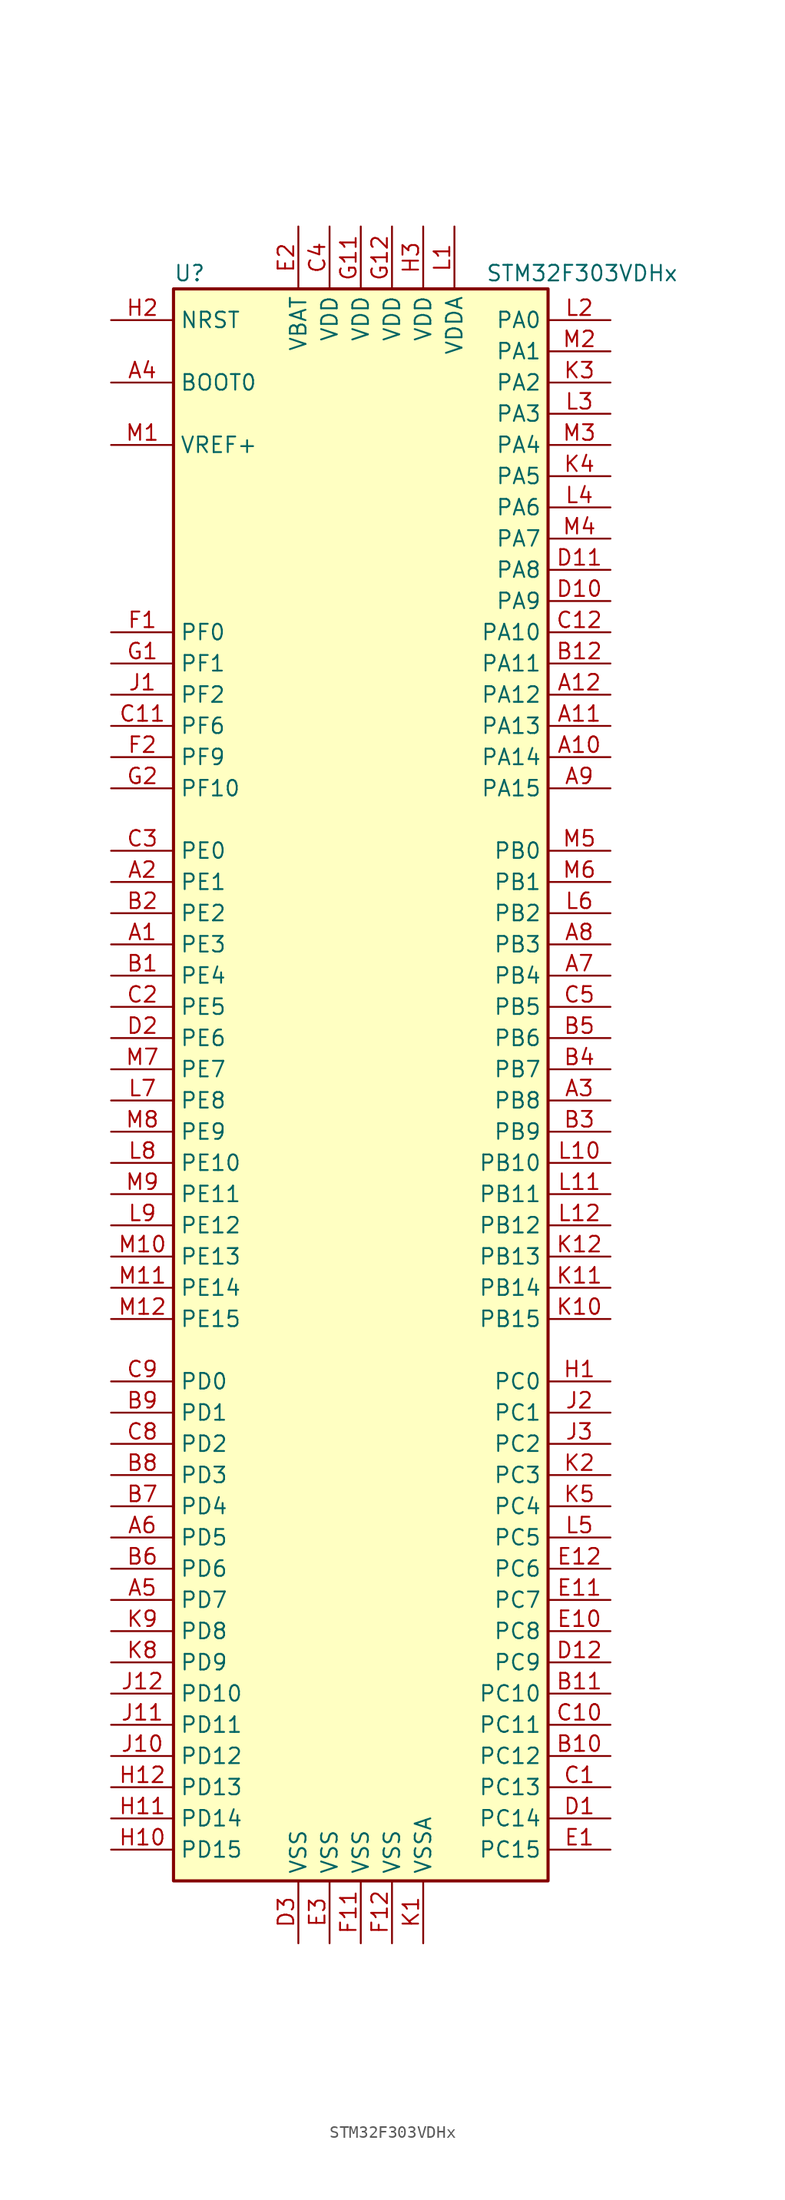
<source format=kicad_sym>
(kicad_symbol_lib
  (version 20201005)
  (generator kicad_symbol_editor)
  (symbol "STM32F303VDHx"
    (property "Reference" "U"
      (at -15.24 64.77 0)
      (effects (font (size 1.27 1.27)) (justify left)))
    (property "Value" "STM32F303VDHx"
      (at 10.16 64.77 0)
      (effects (font (size 1.27 1.27)) (justify left)))
    (symbol "STM32F303VDHx_0_1"
      (rectangle (start -15.24 -66.04) (end 15.24 63.5) (stroke (width 0.254)) (fill (type background))))
    (symbol "STM32F303VDHx_1_1"
      (pin bidirectional line (at -20.32 10.16 0) (length 5.08) (name "PE3" (effects (font (size 1.27 1.27)))) (number "A1" (effects (font (size 1.27 1.27)))))
      (pin bidirectional line (at 20.32 25.4 180) (length 5.08) (name "PA14" (effects (font (size 1.27 1.27)))) (number "A10" (effects (font (size 1.27 1.27)))))
      (pin bidirectional line (at 20.32 27.94 180) (length 5.08) (name "PA13" (effects (font (size 1.27 1.27)))) (number "A11" (effects (font (size 1.27 1.27)))))
      (pin bidirectional line (at 20.32 30.48 180) (length 5.08) (name "PA12" (effects (font (size 1.27 1.27)))) (number "A12" (effects (font (size 1.27 1.27)))))
      (pin bidirectional line (at -20.32 15.24 0) (length 5.08) (name "PE1" (effects (font (size 1.27 1.27)))) (number "A2" (effects (font (size 1.27 1.27)))))
      (pin bidirectional line (at 20.32 -2.54 180) (length 5.08) (name "PB8" (effects (font (size 1.27 1.27)))) (number "A3" (effects (font (size 1.27 1.27)))))
      (pin input line (at -20.32 55.88 0) (length 5.08) (name "BOOT0" (effects (font (size 1.27 1.27)))) (number "A4" (effects (font (size 1.27 1.27)))))
      (pin bidirectional line (at -20.32 -43.18 0) (length 5.08) (name "PD7" (effects (font (size 1.27 1.27)))) (number "A5" (effects (font (size 1.27 1.27)))))
      (pin bidirectional line (at -20.32 -38.1 0) (length 5.08) (name "PD5" (effects (font (size 1.27 1.27)))) (number "A6" (effects (font (size 1.27 1.27)))))
      (pin bidirectional line (at 20.32 7.62 180) (length 5.08) (name "PB4" (effects (font (size 1.27 1.27)))) (number "A7" (effects (font (size 1.27 1.27)))))
      (pin bidirectional line (at 20.32 10.16 180) (length 5.08) (name "PB3" (effects (font (size 1.27 1.27)))) (number "A8" (effects (font (size 1.27 1.27)))))
      (pin bidirectional line (at 20.32 22.86 180) (length 5.08) (name "PA15" (effects (font (size 1.27 1.27)))) (number "A9" (effects (font (size 1.27 1.27)))))
      (pin bidirectional line (at -20.32 7.62 0) (length 5.08) (name "PE4" (effects (font (size 1.27 1.27)))) (number "B1" (effects (font (size 1.27 1.27)))))
      (pin bidirectional line (at 20.32 -55.88 180) (length 5.08) (name "PC12" (effects (font (size 1.27 1.27)))) (number "B10" (effects (font (size 1.27 1.27)))))
      (pin bidirectional line (at 20.32 -50.8 180) (length 5.08) (name "PC10" (effects (font (size 1.27 1.27)))) (number "B11" (effects (font (size 1.27 1.27)))))
      (pin bidirectional line (at 20.32 33.02 180) (length 5.08) (name "PA11" (effects (font (size 1.27 1.27)))) (number "B12" (effects (font (size 1.27 1.27)))))
      (pin bidirectional line (at -20.32 12.7 0) (length 5.08) (name "PE2" (effects (font (size 1.27 1.27)))) (number "B2" (effects (font (size 1.27 1.27)))))
      (pin bidirectional line (at 20.32 -5.08 180) (length 5.08) (name "PB9" (effects (font (size 1.27 1.27)))) (number "B3" (effects (font (size 1.27 1.27)))))
      (pin bidirectional line (at 20.32 0 180) (length 5.08) (name "PB7" (effects (font (size 1.27 1.27)))) (number "B4" (effects (font (size 1.27 1.27)))))
      (pin bidirectional line (at 20.32 2.54 180) (length 5.08) (name "PB6" (effects (font (size 1.27 1.27)))) (number "B5" (effects (font (size 1.27 1.27)))))
      (pin bidirectional line (at -20.32 -40.64 0) (length 5.08) (name "PD6" (effects (font (size 1.27 1.27)))) (number "B6" (effects (font (size 1.27 1.27)))))
      (pin bidirectional line (at -20.32 -35.56 0) (length 5.08) (name "PD4" (effects (font (size 1.27 1.27)))) (number "B7" (effects (font (size 1.27 1.27)))))
      (pin bidirectional line (at -20.32 -33.02 0) (length 5.08) (name "PD3" (effects (font (size 1.27 1.27)))) (number "B8" (effects (font (size 1.27 1.27)))))
      (pin bidirectional line (at -20.32 -27.94 0) (length 5.08) (name "PD1" (effects (font (size 1.27 1.27)))) (number "B9" (effects (font (size 1.27 1.27)))))
      (pin bidirectional line (at 20.32 -58.42 180) (length 5.08) (name "PC13" (effects (font (size 1.27 1.27)))) (number "C1" (effects (font (size 1.27 1.27)))))
      (pin bidirectional line (at 20.32 -53.34 180) (length 5.08) (name "PC11" (effects (font (size 1.27 1.27)))) (number "C10" (effects (font (size 1.27 1.27)))))
      (pin bidirectional line (at -20.32 27.94 0) (length 5.08) (name "PF6" (effects (font (size 1.27 1.27)))) (number "C11" (effects (font (size 1.27 1.27)))))
      (pin bidirectional line (at 20.32 35.56 180) (length 5.08) (name "PA10" (effects (font (size 1.27 1.27)))) (number "C12" (effects (font (size 1.27 1.27)))))
      (pin bidirectional line (at -20.32 5.08 0) (length 5.08) (name "PE5" (effects (font (size 1.27 1.27)))) (number "C2" (effects (font (size 1.27 1.27)))))
      (pin bidirectional line (at -20.32 17.78 0) (length 5.08) (name "PE0" (effects (font (size 1.27 1.27)))) (number "C3" (effects (font (size 1.27 1.27)))))
      (pin power_in line (at -2.54 68.58 270) (length 5.08) (name "VDD" (effects (font (size 1.27 1.27)))) (number "C4" (effects (font (size 1.27 1.27)))))
      (pin bidirectional line (at 20.32 5.08 180) (length 5.08) (name "PB5" (effects (font (size 1.27 1.27)))) (number "C5" (effects (font (size 1.27 1.27)))))
      (pin bidirectional line (at -20.32 -30.48 0) (length 5.08) (name "PD2" (effects (font (size 1.27 1.27)))) (number "C8" (effects (font (size 1.27 1.27)))))
      (pin bidirectional line (at -20.32 -25.4 0) (length 5.08) (name "PD0" (effects (font (size 1.27 1.27)))) (number "C9" (effects (font (size 1.27 1.27)))))
      (pin bidirectional line (at 20.32 -60.96 180) (length 5.08) (name "PC14" (effects (font (size 1.27 1.27)))) (number "D1" (effects (font (size 1.27 1.27)))))
      (pin bidirectional line (at 20.32 38.1 180) (length 5.08) (name "PA9" (effects (font (size 1.27 1.27)))) (number "D10" (effects (font (size 1.27 1.27)))))
      (pin bidirectional line (at 20.32 40.64 180) (length 5.08) (name "PA8" (effects (font (size 1.27 1.27)))) (number "D11" (effects (font (size 1.27 1.27)))))
      (pin bidirectional line (at 20.32 -48.26 180) (length 5.08) (name "PC9" (effects (font (size 1.27 1.27)))) (number "D12" (effects (font (size 1.27 1.27)))))
      (pin bidirectional line (at -20.32 2.54 0) (length 5.08) (name "PE6" (effects (font (size 1.27 1.27)))) (number "D2" (effects (font (size 1.27 1.27)))))
      (pin power_in line (at -5.08 -71.12 90) (length 5.08) (name "VSS" (effects (font (size 1.27 1.27)))) (number "D3" (effects (font (size 1.27 1.27)))))
      (pin bidirectional line (at 20.32 -63.5 180) (length 5.08) (name "PC15" (effects (font (size 1.27 1.27)))) (number "E1" (effects (font (size 1.27 1.27)))))
      (pin bidirectional line (at 20.32 -45.72 180) (length 5.08) (name "PC8" (effects (font (size 1.27 1.27)))) (number "E10" (effects (font (size 1.27 1.27)))))
      (pin bidirectional line (at 20.32 -43.18 180) (length 5.08) (name "PC7" (effects (font (size 1.27 1.27)))) (number "E11" (effects (font (size 1.27 1.27)))))
      (pin bidirectional line (at 20.32 -40.64 180) (length 5.08) (name "PC6" (effects (font (size 1.27 1.27)))) (number "E12" (effects (font (size 1.27 1.27)))))
      (pin power_in line (at -5.08 68.58 270) (length 5.08) (name "VBAT" (effects (font (size 1.27 1.27)))) (number "E2" (effects (font (size 1.27 1.27)))))
      (pin power_in line (at -2.54 -71.12 90) (length 5.08) (name "VSS" (effects (font (size 1.27 1.27)))) (number "E3" (effects (font (size 1.27 1.27)))))
      (pin input line (at -20.32 35.56 0) (length 5.08) (name "PF0" (effects (font (size 1.27 1.27)))) (number "F1" (effects (font (size 1.27 1.27)))))
      (pin power_in line (at 0 -71.12 90) (length 5.08) (name "VSS" (effects (font (size 1.27 1.27)))) (number "F11" (effects (font (size 1.27 1.27)))))
      (pin power_in line (at 2.54 -71.12 90) (length 5.08) (name "VSS" (effects (font (size 1.27 1.27)))) (number "F12" (effects (font (size 1.27 1.27)))))
      (pin bidirectional line (at -20.32 25.4 0) (length 5.08) (name "PF9" (effects (font (size 1.27 1.27)))) (number "F2" (effects (font (size 1.27 1.27)))))
      (pin input line (at -20.32 33.02 0) (length 5.08) (name "PF1" (effects (font (size 1.27 1.27)))) (number "G1" (effects (font (size 1.27 1.27)))))
      (pin power_in line (at 0 68.58 270) (length 5.08) (name "VDD" (effects (font (size 1.27 1.27)))) (number "G11" (effects (font (size 1.27 1.27)))))
      (pin power_in line (at 2.54 68.58 270) (length 5.08) (name "VDD" (effects (font (size 1.27 1.27)))) (number "G12" (effects (font (size 1.27 1.27)))))
      (pin bidirectional line (at -20.32 22.86 0) (length 5.08) (name "PF10" (effects (font (size 1.27 1.27)))) (number "G2" (effects (font (size 1.27 1.27)))))
      (pin bidirectional line (at 20.32 -25.4 180) (length 5.08) (name "PC0" (effects (font (size 1.27 1.27)))) (number "H1" (effects (font (size 1.27 1.27)))))
      (pin bidirectional line (at -20.32 -63.5 0) (length 5.08) (name "PD15" (effects (font (size 1.27 1.27)))) (number "H10" (effects (font (size 1.27 1.27)))))
      (pin bidirectional line (at -20.32 -60.96 0) (length 5.08) (name "PD14" (effects (font (size 1.27 1.27)))) (number "H11" (effects (font (size 1.27 1.27)))))
      (pin bidirectional line (at -20.32 -58.42 0) (length 5.08) (name "PD13" (effects (font (size 1.27 1.27)))) (number "H12" (effects (font (size 1.27 1.27)))))
      (pin input line (at -20.32 60.96 0) (length 5.08) (name "NRST" (effects (font (size 1.27 1.27)))) (number "H2" (effects (font (size 1.27 1.27)))))
      (pin power_in line (at 5.08 68.58 270) (length 5.08) (name "VDD" (effects (font (size 1.27 1.27)))) (number "H3" (effects (font (size 1.27 1.27)))))
      (pin bidirectional line (at -20.32 30.48 0) (length 5.08) (name "PF2" (effects (font (size 1.27 1.27)))) (number "J1" (effects (font (size 1.27 1.27)))))
      (pin bidirectional line (at -20.32 -55.88 0) (length 5.08) (name "PD12" (effects (font (size 1.27 1.27)))) (number "J10" (effects (font (size 1.27 1.27)))))
      (pin bidirectional line (at -20.32 -53.34 0) (length 5.08) (name "PD11" (effects (font (size 1.27 1.27)))) (number "J11" (effects (font (size 1.27 1.27)))))
      (pin bidirectional line (at -20.32 -50.8 0) (length 5.08) (name "PD10" (effects (font (size 1.27 1.27)))) (number "J12" (effects (font (size 1.27 1.27)))))
      (pin bidirectional line (at 20.32 -27.94 180) (length 5.08) (name "PC1" (effects (font (size 1.27 1.27)))) (number "J2" (effects (font (size 1.27 1.27)))))
      (pin bidirectional line (at 20.32 -30.48 180) (length 5.08) (name "PC2" (effects (font (size 1.27 1.27)))) (number "J3" (effects (font (size 1.27 1.27)))))
      (pin power_in line (at 5.08 -71.12 90) (length 5.08) (name "VSSA" (effects (font (size 1.27 1.27)))) (number "K1" (effects (font (size 1.27 1.27)))))
      (pin bidirectional line (at 20.32 -20.32 180) (length 5.08) (name "PB15" (effects (font (size 1.27 1.27)))) (number "K10" (effects (font (size 1.27 1.27)))))
      (pin bidirectional line (at 20.32 -17.78 180) (length 5.08) (name "PB14" (effects (font (size 1.27 1.27)))) (number "K11" (effects (font (size 1.27 1.27)))))
      (pin bidirectional line (at 20.32 -15.24 180) (length 5.08) (name "PB13" (effects (font (size 1.27 1.27)))) (number "K12" (effects (font (size 1.27 1.27)))))
      (pin bidirectional line (at 20.32 -33.02 180) (length 5.08) (name "PC3" (effects (font (size 1.27 1.27)))) (number "K2" (effects (font (size 1.27 1.27)))))
      (pin bidirectional line (at 20.32 55.88 180) (length 5.08) (name "PA2" (effects (font (size 1.27 1.27)))) (number "K3" (effects (font (size 1.27 1.27)))))
      (pin bidirectional line (at 20.32 48.26 180) (length 5.08) (name "PA5" (effects (font (size 1.27 1.27)))) (number "K4" (effects (font (size 1.27 1.27)))))
      (pin bidirectional line (at 20.32 -35.56 180) (length 5.08) (name "PC4" (effects (font (size 1.27 1.27)))) (number "K5" (effects (font (size 1.27 1.27)))))
      (pin bidirectional line (at -20.32 -48.26 0) (length 5.08) (name "PD9" (effects (font (size 1.27 1.27)))) (number "K8" (effects (font (size 1.27 1.27)))))
      (pin bidirectional line (at -20.32 -45.72 0) (length 5.08) (name "PD8" (effects (font (size 1.27 1.27)))) (number "K9" (effects (font (size 1.27 1.27)))))
      (pin power_in line (at 7.62 68.58 270) (length 5.08) (name "VDDA" (effects (font (size 1.27 1.27)))) (number "L1" (effects (font (size 1.27 1.27)))))
      (pin bidirectional line (at 20.32 -7.62 180) (length 5.08) (name "PB10" (effects (font (size 1.27 1.27)))) (number "L10" (effects (font (size 1.27 1.27)))))
      (pin bidirectional line (at 20.32 -10.16 180) (length 5.08) (name "PB11" (effects (font (size 1.27 1.27)))) (number "L11" (effects (font (size 1.27 1.27)))))
      (pin bidirectional line (at 20.32 -12.7 180) (length 5.08) (name "PB12" (effects (font (size 1.27 1.27)))) (number "L12" (effects (font (size 1.27 1.27)))))
      (pin bidirectional line (at 20.32 60.96 180) (length 5.08) (name "PA0" (effects (font (size 1.27 1.27)))) (number "L2" (effects (font (size 1.27 1.27)))))
      (pin bidirectional line (at 20.32 53.34 180) (length 5.08) (name "PA3" (effects (font (size 1.27 1.27)))) (number "L3" (effects (font (size 1.27 1.27)))))
      (pin bidirectional line (at 20.32 45.72 180) (length 5.08) (name "PA6" (effects (font (size 1.27 1.27)))) (number "L4" (effects (font (size 1.27 1.27)))))
      (pin bidirectional line (at 20.32 -38.1 180) (length 5.08) (name "PC5" (effects (font (size 1.27 1.27)))) (number "L5" (effects (font (size 1.27 1.27)))))
      (pin bidirectional line (at 20.32 12.7 180) (length 5.08) (name "PB2" (effects (font (size 1.27 1.27)))) (number "L6" (effects (font (size 1.27 1.27)))))
      (pin bidirectional line (at -20.32 -2.54 0) (length 5.08) (name "PE8" (effects (font (size 1.27 1.27)))) (number "L7" (effects (font (size 1.27 1.27)))))
      (pin bidirectional line (at -20.32 -7.62 0) (length 5.08) (name "PE10" (effects (font (size 1.27 1.27)))) (number "L8" (effects (font (size 1.27 1.27)))))
      (pin bidirectional line (at -20.32 -12.7 0) (length 5.08) (name "PE12" (effects (font (size 1.27 1.27)))) (number "L9" (effects (font (size 1.27 1.27)))))
      (pin power_in line (at -20.32 50.8 0) (length 5.08) (name "VREF+" (effects (font (size 1.27 1.27)))) (number "M1" (effects (font (size 1.27 1.27)))))
      (pin bidirectional line (at -20.32 -15.24 0) (length 5.08) (name "PE13" (effects (font (size 1.27 1.27)))) (number "M10" (effects (font (size 1.27 1.27)))))
      (pin bidirectional line (at -20.32 -17.78 0) (length 5.08) (name "PE14" (effects (font (size 1.27 1.27)))) (number "M11" (effects (font (size 1.27 1.27)))))
      (pin bidirectional line (at -20.32 -20.32 0) (length 5.08) (name "PE15" (effects (font (size 1.27 1.27)))) (number "M12" (effects (font (size 1.27 1.27)))))
      (pin bidirectional line (at 20.32 58.42 180) (length 5.08) (name "PA1" (effects (font (size 1.27 1.27)))) (number "M2" (effects (font (size 1.27 1.27)))))
      (pin bidirectional line (at 20.32 50.8 180) (length 5.08) (name "PA4" (effects (font (size 1.27 1.27)))) (number "M3" (effects (font (size 1.27 1.27)))))
      (pin bidirectional line (at 20.32 43.18 180) (length 5.08) (name "PA7" (effects (font (size 1.27 1.27)))) (number "M4" (effects (font (size 1.27 1.27)))))
      (pin bidirectional line (at 20.32 17.78 180) (length 5.08) (name "PB0" (effects (font (size 1.27 1.27)))) (number "M5" (effects (font (size 1.27 1.27)))))
      (pin bidirectional line (at 20.32 15.24 180) (length 5.08) (name "PB1" (effects (font (size 1.27 1.27)))) (number "M6" (effects (font (size 1.27 1.27)))))
      (pin bidirectional line (at -20.32 0 0) (length 5.08) (name "PE7" (effects (font (size 1.27 1.27)))) (number "M7" (effects (font (size 1.27 1.27)))))
      (pin bidirectional line (at -20.32 -5.08 0) (length 5.08) (name "PE9" (effects (font (size 1.27 1.27)))) (number "M8" (effects (font (size 1.27 1.27)))))
      (pin bidirectional line (at -20.32 -10.16 0) (length 5.08) (name "PE11" (effects (font (size 1.27 1.27)))) (number "M9" (effects (font (size 1.27 1.27))))))))
</source>
